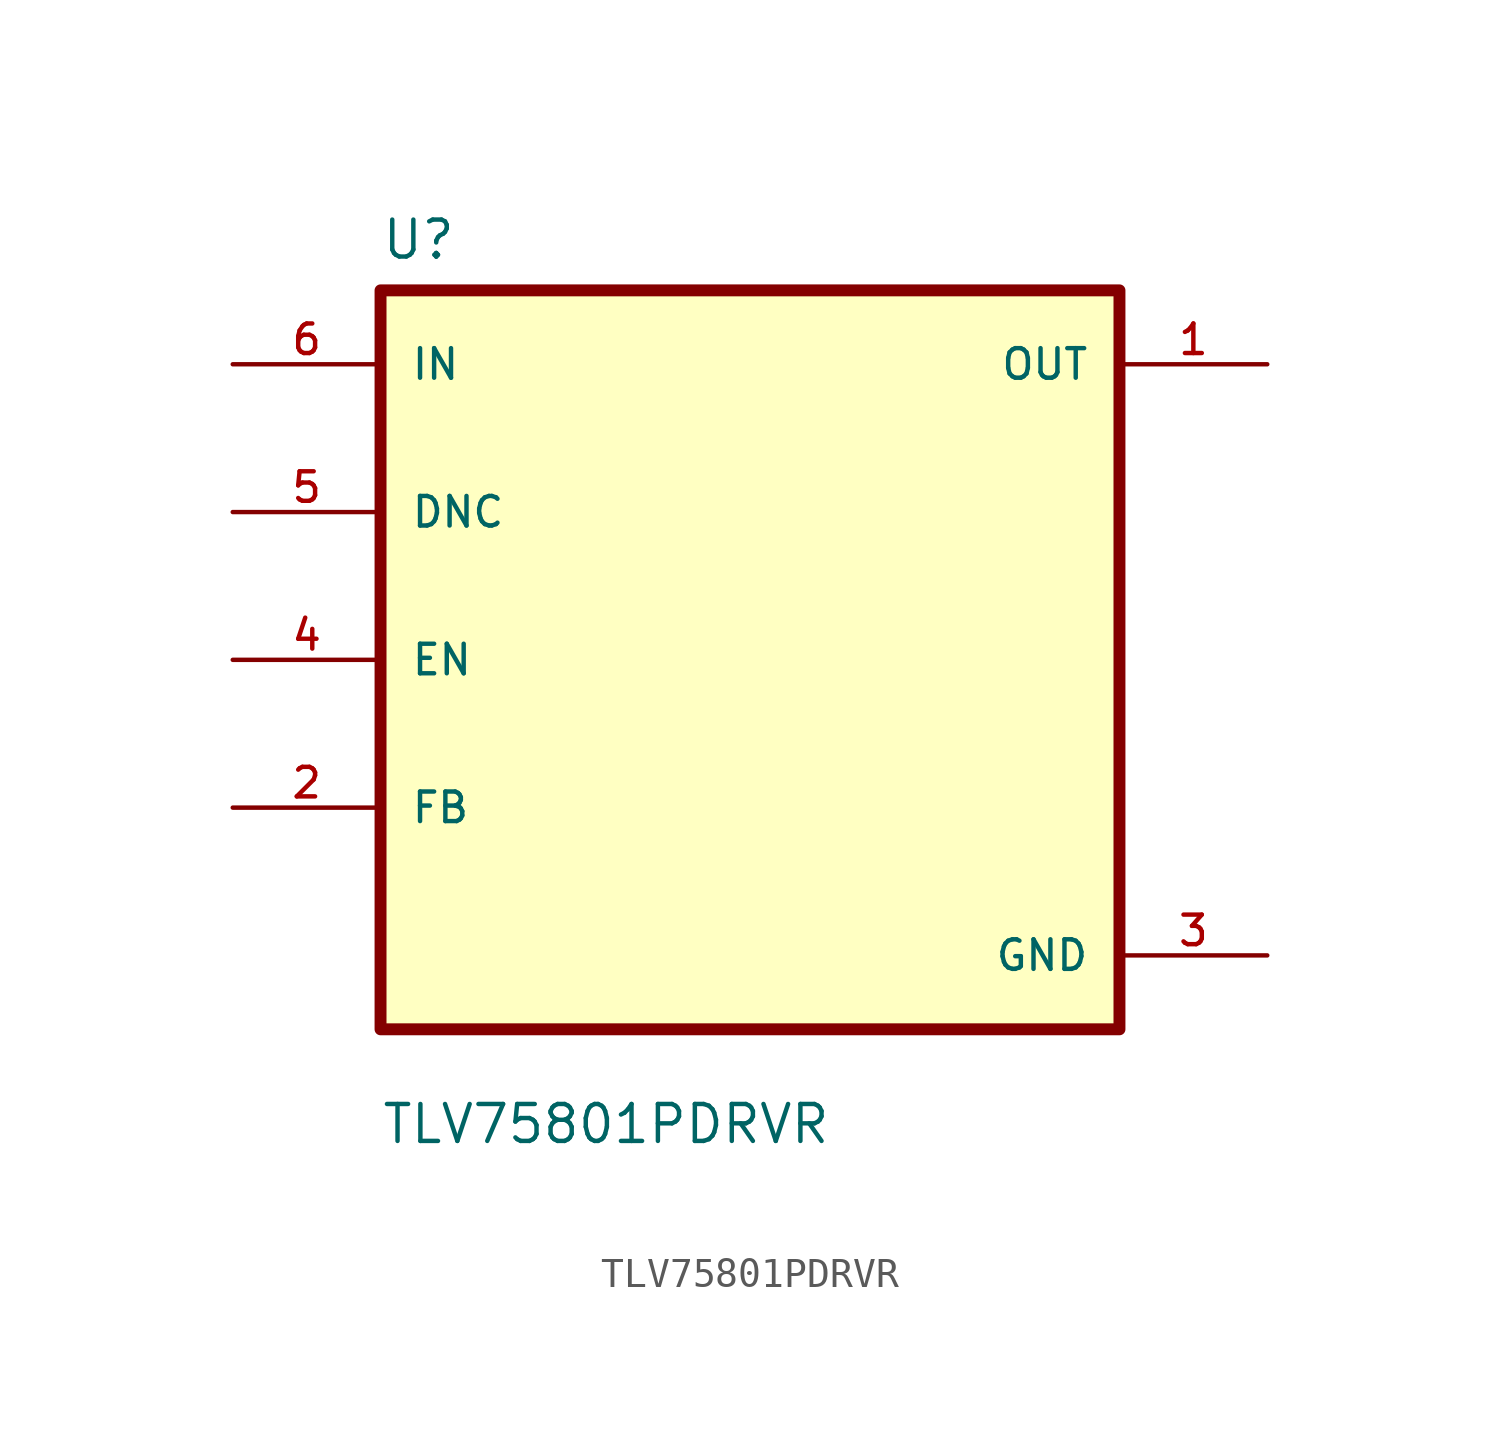
<source format=kicad_sym>
(kicad_symbol_lib
  (version 20211014)
  (generator kicad_symbol_editor)
  (symbol "TLV75801PDRVR"
    (pin_names
      (offset 1.016))
    (property "Reference" "U"
      (at -12.7 13.7 0.0)
      (effects (font (size 1.27 1.27)) (justify bottom left)))
    (property "Value" "TLV75801PDRVR"
      (at -12.7 -16.7 0.0)
      (effects (font (size 1.27 1.27)) (justify bottom left)))
    (symbol "TLV75801PDRVR_0_0"
      (rectangle (start -12.7 -12.7) (end 12.7 12.7) (stroke (width 0.41)) (fill (type background)))
      (pin input line (at -17.78 10.16 0) (length 5.08) (name "IN" (effects (font (size 1.016 1.016)))) (number "6" (effects (font (size 1.016 1.016)))))
      (pin bidirectional line (at -17.78 5.08 0) (length 5.08) (name "DNC" (effects (font (size 1.016 1.016)))) (number "5" (effects (font (size 1.016 1.016)))))
      (pin bidirectional line (at -17.78 0.0 0) (length 5.08) (name "EN" (effects (font (size 1.016 1.016)))) (number "4" (effects (font (size 1.016 1.016)))))
      (pin bidirectional line (at -17.78 -5.08 0) (length 5.08) (name "FB" (effects (font (size 1.016 1.016)))) (number "2" (effects (font (size 1.016 1.016)))))
      (pin output line (at 17.78 10.16 180.0) (length 5.08) (name "OUT" (effects (font (size 1.016 1.016)))) (number "1" (effects (font (size 1.016 1.016)))))
      (pin power_in line (at 17.78 -10.16 180.0) (length 5.08) (name "GND" (effects (font (size 1.016 1.016)))) (number "3" (effects (font (size 1.016 1.016))))))))
</source>
